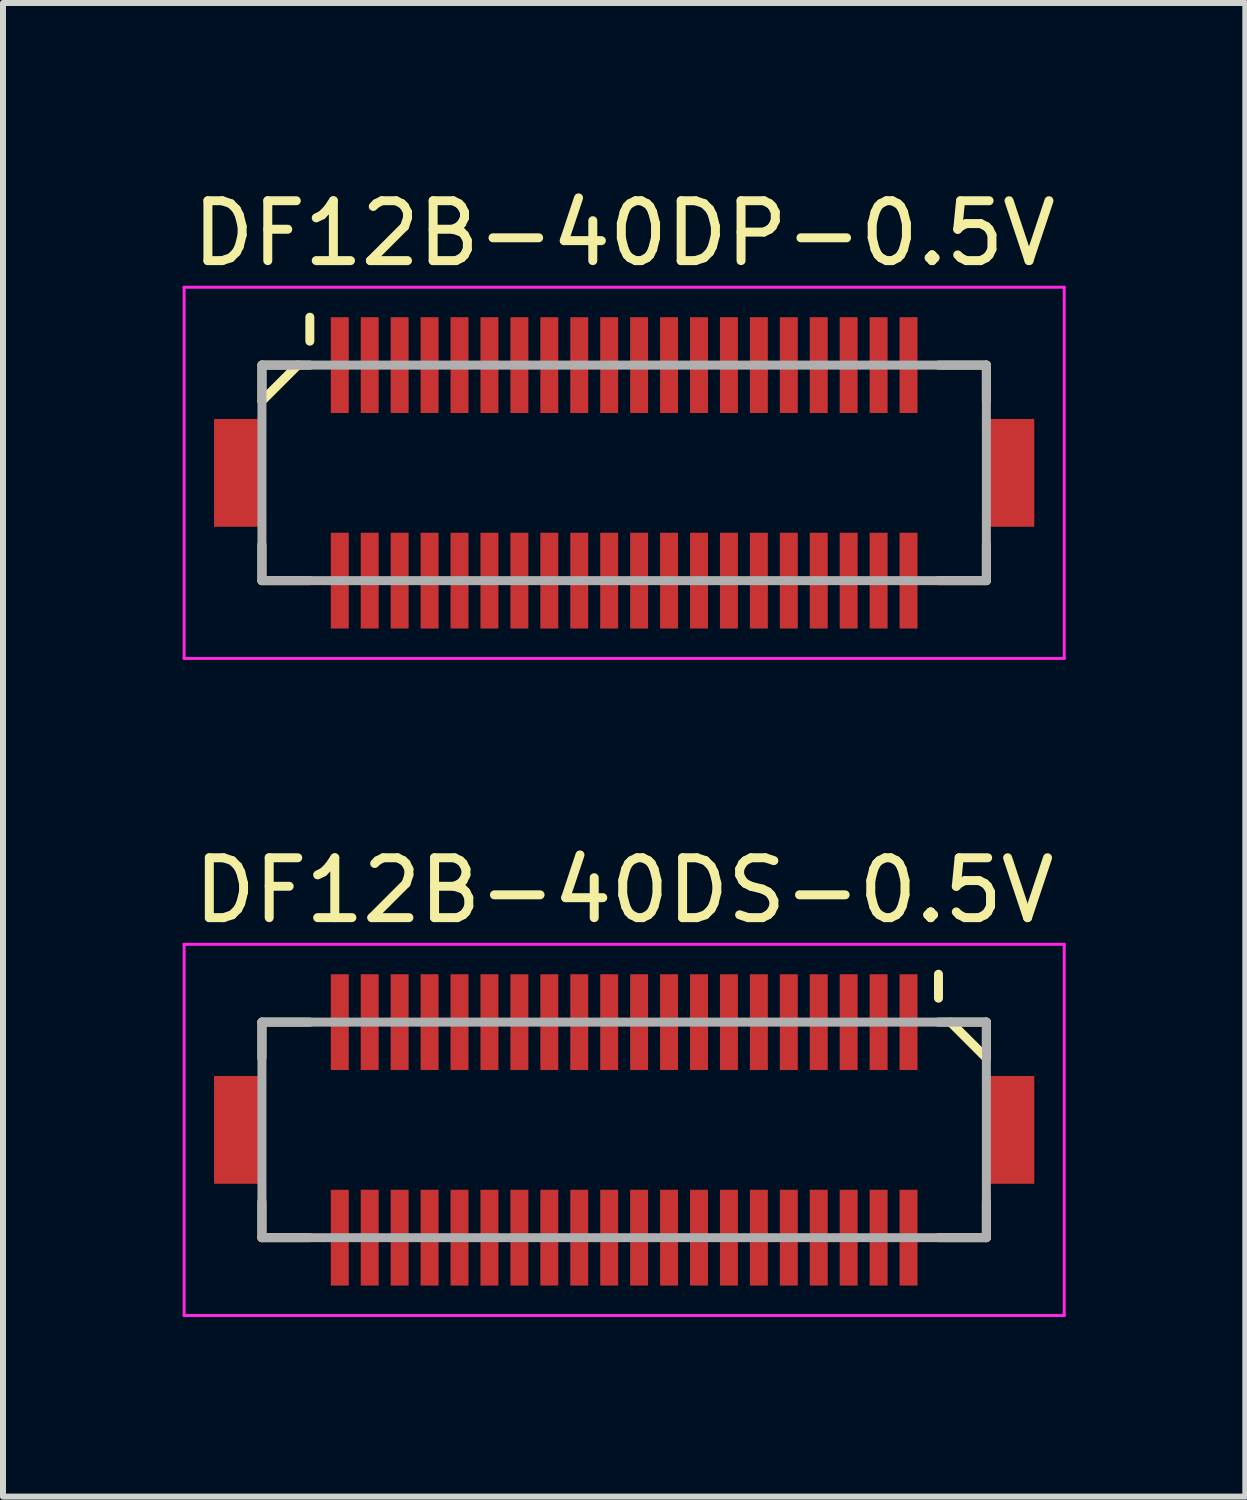
<source format=kicad_pcb>
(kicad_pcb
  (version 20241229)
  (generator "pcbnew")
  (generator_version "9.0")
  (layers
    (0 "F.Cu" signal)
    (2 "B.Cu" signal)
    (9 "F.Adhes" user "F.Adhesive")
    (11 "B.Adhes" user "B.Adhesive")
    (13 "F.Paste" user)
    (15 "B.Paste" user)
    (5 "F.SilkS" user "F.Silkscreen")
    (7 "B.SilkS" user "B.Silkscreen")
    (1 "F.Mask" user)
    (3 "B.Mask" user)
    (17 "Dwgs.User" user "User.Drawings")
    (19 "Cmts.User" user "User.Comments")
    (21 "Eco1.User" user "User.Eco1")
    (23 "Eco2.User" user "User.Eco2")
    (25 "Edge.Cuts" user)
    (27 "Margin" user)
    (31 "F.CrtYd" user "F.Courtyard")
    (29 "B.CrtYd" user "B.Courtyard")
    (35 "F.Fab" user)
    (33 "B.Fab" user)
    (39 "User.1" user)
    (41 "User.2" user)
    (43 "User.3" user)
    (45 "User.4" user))
  (footprint "DF12B-40DP-0.5V"
    (layer "F.Cu")
    (at 7.375 4.848)
    (property "Reference" "DF12B-40DP-0.5V" (at 0 -4 0) (layer "F.SilkS") (effects (font (size 1 1) (thickness 0.15))))
    (attr smd)
    (fp_line (start -6.05 -1.8) (end -6.05 -1.2) (stroke (width 0.15) (type solid)) (layer "F.SilkS"))
    (fp_line (start -6.05 -1.8) (end -5.25 -1.8) (stroke (width 0.15) (type solid)) (layer "F.SilkS"))
    (fp_line (start -6.05 1.2) (end -6.05 1.8) (stroke (width 0.15) (type solid)) (layer "F.SilkS"))
    (fp_line (start -6.05 1.8) (end -5.25 1.8) (stroke (width 0.15) (type solid)) (layer "F.SilkS"))
    (fp_line (start -5.45 -1.8) (end -6.05 -1.2) (stroke (width 0.15) (type solid)) (layer "F.SilkS"))
    (fp_line (start -5.25 -2.6) (end -5.25 -2.2) (stroke (width 0.15) (type solid)) (layer "F.SilkS"))
    (fp_line (start 5.25 -1.8) (end 6.05 -1.8) (stroke (width 0.15) (type solid)) (layer "F.SilkS"))
    (fp_line (start 5.25 1.8) (end 6.05 1.8) (stroke (width 0.15) (type solid)) (layer "F.SilkS"))
    (fp_line (start 6.05 -1.8) (end 6.05 -1.2) (stroke (width 0.15) (type solid)) (layer "F.SilkS"))
    (fp_line (start 6.05 1.2) (end 6.05 1.8) (stroke (width 0.15) (type solid)) (layer "F.SilkS"))
    (fp_line (start -7.35 -3.1) (end -7.35 3.1) (stroke (width 0.05) (type solid)) (layer "F.CrtYd"))
    (fp_line (start -7.35 -3.1) (end 7.35 -3.1) (stroke (width 0.05) (type solid)) (layer "F.CrtYd"))
    (fp_line (start -7.35 3.1) (end 7.35 3.1) (stroke (width 0.05) (type solid)) (layer "F.CrtYd"))
    (fp_line (start 7.35 -3.1) (end 7.35 3.1) (stroke (width 0.05) (type solid)) (layer "F.CrtYd"))
    (fp_line (start -6.05 -1.8) (end -6.05 1.8) (stroke (width 0.15) (type solid)) (layer "F.Fab"))
    (fp_line (start -6.05 -1.8) (end 6.05 -1.8) (stroke (width 0.15) (type solid)) (layer "F.Fab"))
    (fp_line (start -6.05 1.8) (end 6.05 1.8) (stroke (width 0.15) (type solid)) (layer "F.Fab"))
    (fp_line (start 6.05 -1.8) (end 6.05 1.8) (stroke (width 0.15) (type solid)) (layer "F.Fab"))
    (pad "1" smd rect (at -4.75 -1.8) (size 0.3 1.6) (layers "F.Cu" "F.Mask" "F.Paste"))
    (pad "2" smd rect (at -4.75 1.8) (size 0.3 1.6) (layers "F.Cu" "F.Mask" "F.Paste"))
    (pad "3" smd rect (at -4.25 -1.8) (size 0.3 1.6) (layers "F.Cu" "F.Mask" "F.Paste"))
    (pad "4" smd rect (at -4.25 1.8) (size 0.3 1.6) (layers "F.Cu" "F.Mask" "F.Paste"))
    (pad "5" smd rect (at -3.75 -1.8) (size 0.3 1.6) (layers "F.Cu" "F.Mask" "F.Paste"))
    (pad "6" smd rect (at -3.75 1.8) (size 0.3 1.6) (layers "F.Cu" "F.Mask" "F.Paste"))
    (pad "7" smd rect (at -3.25 -1.8) (size 0.3 1.6) (layers "F.Cu" "F.Mask" "F.Paste"))
    (pad "8" smd rect (at -3.25 1.8) (size 0.3 1.6) (layers "F.Cu" "F.Mask" "F.Paste"))
    (pad "9" smd rect (at -2.75 -1.8) (size 0.3 1.6) (layers "F.Cu" "F.Mask" "F.Paste"))
    (pad "10" smd rect (at -2.75 1.8) (size 0.3 1.6) (layers "F.Cu" "F.Mask" "F.Paste"))
    (pad "11" smd rect (at -2.25 -1.8) (size 0.3 1.6) (layers "F.Cu" "F.Mask" "F.Paste"))
    (pad "12" smd rect (at -2.25 1.8) (size 0.3 1.6) (layers "F.Cu" "F.Mask" "F.Paste"))
    (pad "13" smd rect (at -1.75 -1.8) (size 0.3 1.6) (layers "F.Cu" "F.Mask" "F.Paste"))
    (pad "14" smd rect (at -1.75 1.8) (size 0.3 1.6) (layers "F.Cu" "F.Mask" "F.Paste"))
    (pad "15" smd rect (at -1.25 -1.8) (size 0.3 1.6) (layers "F.Cu" "F.Mask" "F.Paste"))
    (pad "16" smd rect (at -1.25 1.8) (size 0.3 1.6) (layers "F.Cu" "F.Mask" "F.Paste"))
    (pad "17" smd rect (at -0.75 -1.8) (size 0.3 1.6) (layers "F.Cu" "F.Mask" "F.Paste"))
    (pad "18" smd rect (at -0.75 1.8) (size 0.3 1.6) (layers "F.Cu" "F.Mask" "F.Paste"))
    (pad "19" smd rect (at -0.25 -1.8) (size 0.3 1.6) (layers "F.Cu" "F.Mask" "F.Paste"))
    (pad "20" smd rect (at -0.25 1.8) (size 0.3 1.6) (layers "F.Cu" "F.Mask" "F.Paste"))
    (pad "21" smd rect (at 0.25 -1.8) (size 0.3 1.6) (layers "F.Cu" "F.Mask" "F.Paste"))
    (pad "22" smd rect (at 0.25 1.8) (size 0.3 1.6) (layers "F.Cu" "F.Mask" "F.Paste"))
    (pad "23" smd rect (at 0.75 -1.8) (size 0.3 1.6) (layers "F.Cu" "F.Mask" "F.Paste"))
    (pad "24" smd rect (at 0.75 1.8) (size 0.3 1.6) (layers "F.Cu" "F.Mask" "F.Paste"))
    (pad "25" smd rect (at 1.25 -1.8) (size 0.3 1.6) (layers "F.Cu" "F.Mask" "F.Paste"))
    (pad "26" smd rect (at 1.25 1.8) (size 0.3 1.6) (layers "F.Cu" "F.Mask" "F.Paste"))
    (pad "27" smd rect (at 1.75 -1.8) (size 0.3 1.6) (layers "F.Cu" "F.Mask" "F.Paste"))
    (pad "28" smd rect (at 1.75 1.8) (size 0.3 1.6) (layers "F.Cu" "F.Mask" "F.Paste"))
    (pad "29" smd rect (at 2.25 -1.8) (size 0.3 1.6) (layers "F.Cu" "F.Mask" "F.Paste"))
    (pad "30" smd rect (at 2.25 1.8) (size 0.3 1.6) (layers "F.Cu" "F.Mask" "F.Paste"))
    (pad "31" smd rect (at 2.75 -1.8) (size 0.3 1.6) (layers "F.Cu" "F.Mask" "F.Paste"))
    (pad "32" smd rect (at 2.75 1.8) (size 0.3 1.6) (layers "F.Cu" "F.Mask" "F.Paste"))
    (pad "33" smd rect (at 3.25 -1.8) (size 0.3 1.6) (layers "F.Cu" "F.Mask" "F.Paste"))
    (pad "34" smd rect (at 3.25 1.8) (size 0.3 1.6) (layers "F.Cu" "F.Mask" "F.Paste"))
    (pad "35" smd rect (at 3.75 -1.8) (size 0.3 1.6) (layers "F.Cu" "F.Mask" "F.Paste"))
    (pad "36" smd rect (at 3.75 1.8) (size 0.3 1.6) (layers "F.Cu" "F.Mask" "F.Paste"))
    (pad "37" smd rect (at 4.25 -1.8) (size 0.3 1.6) (layers "F.Cu" "F.Mask" "F.Paste"))
    (pad "38" smd rect (at 4.25 1.8) (size 0.3 1.6) (layers "F.Cu" "F.Mask" "F.Paste"))
    (pad "39" smd rect (at 4.75 -1.8) (size 0.3 1.6) (layers "F.Cu" "F.Mask" "F.Paste"))
    (pad "40" smd rect (at 4.75 1.8) (size 0.3 1.6) (layers "F.Cu" "F.Mask" "F.Paste"))
    (pad "S" smd rect (at -6.45 0) (size 0.8 1.8) (layers "F.Cu" "F.Mask" "F.Paste"))
    (pad "S" smd rect (at 6.45 0) (size 0.8 1.8) (layers "F.Cu" "F.Mask" "F.Paste")))
  (footprint "DF12B-40DS-0.5V"
    (layer "F.Cu")
    (at 7.375 15.822)
    (property "Reference" "DF12B-40DS-0.5V" (at 0 -4 0) (layer "F.SilkS") (effects (font (size 1 1) (thickness 0.15))))
    (attr smd)
    (fp_line (start -6.05 -1.8) (end -6.05 -1.2) (stroke (width 0.15) (type solid)) (layer "F.SilkS"))
    (fp_line (start -6.05 -1.8) (end -5.25 -1.8) (stroke (width 0.15) (type solid)) (layer "F.SilkS"))
    (fp_line (start -6.05 1.2) (end -6.05 1.8) (stroke (width 0.15) (type solid)) (layer "F.SilkS"))
    (fp_line (start -6.05 1.8) (end -5.25 1.8) (stroke (width 0.15) (type solid)) (layer "F.SilkS"))
    (fp_line (start 5.25 -2.6) (end 5.25 -2.2) (stroke (width 0.15) (type solid)) (layer "F.SilkS"))
    (fp_line (start 5.25 -1.8) (end 6.05 -1.8) (stroke (width 0.15) (type solid)) (layer "F.SilkS"))
    (fp_line (start 5.25 1.8) (end 6.05 1.8) (stroke (width 0.15) (type solid)) (layer "F.SilkS"))
    (fp_line (start 5.45 -1.8) (end 6.05 -1.2) (stroke (width 0.15) (type solid)) (layer "F.SilkS"))
    (fp_line (start 6.05 -1.8) (end 6.05 -1.2) (stroke (width 0.15) (type solid)) (layer "F.SilkS"))
    (fp_line (start 6.05 1.2) (end 6.05 1.8) (stroke (width 0.15) (type solid)) (layer "F.SilkS"))
    (fp_line (start -7.35 -3.1) (end -7.35 3.1) (stroke (width 0.05) (type solid)) (layer "F.CrtYd"))
    (fp_line (start -7.35 -3.1) (end 7.35 -3.1) (stroke (width 0.05) (type solid)) (layer "F.CrtYd"))
    (fp_line (start -7.35 3.1) (end 7.35 3.1) (stroke (width 0.05) (type solid)) (layer "F.CrtYd"))
    (fp_line (start 7.35 -3.1) (end 7.35 3.1) (stroke (width 0.05) (type solid)) (layer "F.CrtYd"))
    (fp_line (start -6.05 -1.8) (end -6.05 1.8) (stroke (width 0.15) (type solid)) (layer "F.Fab"))
    (fp_line (start -6.05 -1.8) (end 6.05 -1.8) (stroke (width 0.15) (type solid)) (layer "F.Fab"))
    (fp_line (start -6.05 1.8) (end 6.05 1.8) (stroke (width 0.15) (type solid)) (layer "F.Fab"))
    (fp_line (start 6.05 -1.8) (end 6.05 1.8) (stroke (width 0.15) (type solid)) (layer "F.Fab"))
    (pad "1" smd rect (at 4.75 -1.8) (size 0.3 1.6) (layers "F.Cu" "F.Mask" "F.Paste"))
    (pad "2" smd rect (at 4.75 1.8) (size 0.3 1.6) (layers "F.Cu" "F.Mask" "F.Paste"))
    (pad "3" smd rect (at 4.25 -1.8) (size 0.3 1.6) (layers "F.Cu" "F.Mask" "F.Paste"))
    (pad "4" smd rect (at 4.25 1.8) (size 0.3 1.6) (layers "F.Cu" "F.Mask" "F.Paste"))
    (pad "5" smd rect (at 3.75 -1.8) (size 0.3 1.6) (layers "F.Cu" "F.Mask" "F.Paste"))
    (pad "6" smd rect (at 3.75 1.8) (size 0.3 1.6) (layers "F.Cu" "F.Mask" "F.Paste"))
    (pad "7" smd rect (at 3.25 -1.8) (size 0.3 1.6) (layers "F.Cu" "F.Mask" "F.Paste"))
    (pad "8" smd rect (at 3.25 1.8) (size 0.3 1.6) (layers "F.Cu" "F.Mask" "F.Paste"))
    (pad "9" smd rect (at 2.75 -1.8) (size 0.3 1.6) (layers "F.Cu" "F.Mask" "F.Paste"))
    (pad "10" smd rect (at 2.75 1.8) (size 0.3 1.6) (layers "F.Cu" "F.Mask" "F.Paste"))
    (pad "11" smd rect (at 2.25 -1.8) (size 0.3 1.6) (layers "F.Cu" "F.Mask" "F.Paste"))
    (pad "12" smd rect (at 2.25 1.8) (size 0.3 1.6) (layers "F.Cu" "F.Mask" "F.Paste"))
    (pad "13" smd rect (at 1.75 -1.8) (size 0.3 1.6) (layers "F.Cu" "F.Mask" "F.Paste"))
    (pad "14" smd rect (at 1.75 1.8) (size 0.3 1.6) (layers "F.Cu" "F.Mask" "F.Paste"))
    (pad "15" smd rect (at 1.25 -1.8) (size 0.3 1.6) (layers "F.Cu" "F.Mask" "F.Paste"))
    (pad "16" smd rect (at 1.25 1.8) (size 0.3 1.6) (layers "F.Cu" "F.Mask" "F.Paste"))
    (pad "17" smd rect (at 0.75 -1.8) (size 0.3 1.6) (layers "F.Cu" "F.Mask" "F.Paste"))
    (pad "18" smd rect (at 0.75 1.8) (size 0.3 1.6) (layers "F.Cu" "F.Mask" "F.Paste"))
    (pad "19" smd rect (at 0.25 -1.8) (size 0.3 1.6) (layers "F.Cu" "F.Mask" "F.Paste"))
    (pad "20" smd rect (at 0.25 1.8) (size 0.3 1.6) (layers "F.Cu" "F.Mask" "F.Paste"))
    (pad "21" smd rect (at -0.25 -1.8) (size 0.3 1.6) (layers "F.Cu" "F.Mask" "F.Paste"))
    (pad "22" smd rect (at -0.25 1.8) (size 0.3 1.6) (layers "F.Cu" "F.Mask" "F.Paste"))
    (pad "23" smd rect (at -0.75 -1.8) (size 0.3 1.6) (layers "F.Cu" "F.Mask" "F.Paste"))
    (pad "24" smd rect (at -0.75 1.8) (size 0.3 1.6) (layers "F.Cu" "F.Mask" "F.Paste"))
    (pad "25" smd rect (at -1.25 -1.8) (size 0.3 1.6) (layers "F.Cu" "F.Mask" "F.Paste"))
    (pad "26" smd rect (at -1.25 1.8) (size 0.3 1.6) (layers "F.Cu" "F.Mask" "F.Paste"))
    (pad "27" smd rect (at -1.75 -1.8) (size 0.3 1.6) (layers "F.Cu" "F.Mask" "F.Paste"))
    (pad "28" smd rect (at -1.75 1.8) (size 0.3 1.6) (layers "F.Cu" "F.Mask" "F.Paste"))
    (pad "29" smd rect (at -2.25 -1.8) (size 0.3 1.6) (layers "F.Cu" "F.Mask" "F.Paste"))
    (pad "30" smd rect (at -2.25 1.8) (size 0.3 1.6) (layers "F.Cu" "F.Mask" "F.Paste"))
    (pad "31" smd rect (at -2.75 -1.8) (size 0.3 1.6) (layers "F.Cu" "F.Mask" "F.Paste"))
    (pad "32" smd rect (at -2.75 1.8) (size 0.3 1.6) (layers "F.Cu" "F.Mask" "F.Paste"))
    (pad "33" smd rect (at -3.25 -1.8) (size 0.3 1.6) (layers "F.Cu" "F.Mask" "F.Paste"))
    (pad "34" smd rect (at -3.25 1.8) (size 0.3 1.6) (layers "F.Cu" "F.Mask" "F.Paste"))
    (pad "35" smd rect (at -3.75 -1.8) (size 0.3 1.6) (layers "F.Cu" "F.Mask" "F.Paste"))
    (pad "36" smd rect (at -3.75 1.8) (size 0.3 1.6) (layers "F.Cu" "F.Mask" "F.Paste"))
    (pad "37" smd rect (at -4.25 -1.8) (size 0.3 1.6) (layers "F.Cu" "F.Mask" "F.Paste"))
    (pad "38" smd rect (at -4.25 1.8) (size 0.3 1.6) (layers "F.Cu" "F.Mask" "F.Paste"))
    (pad "39" smd rect (at -4.75 -1.8) (size 0.3 1.6) (layers "F.Cu" "F.Mask" "F.Paste"))
    (pad "40" smd rect (at -4.75 1.8) (size 0.3 1.6) (layers "F.Cu" "F.Mask" "F.Paste"))
    (pad "S" smd rect (at -6.45 0) (size 0.8 1.8) (layers "F.Cu" "F.Mask" "F.Paste"))
    (pad "S" smd rect (at 6.45 0) (size 0.8 1.8) (layers "F.Cu" "F.Mask" "F.Paste")))
  (gr_rect
    (start -3 -3)
    (end 17.75 21.947)
    (stroke (width 0.1) (type default))
    (fill no)
    (layer "Edge.Cuts")))
</source>
